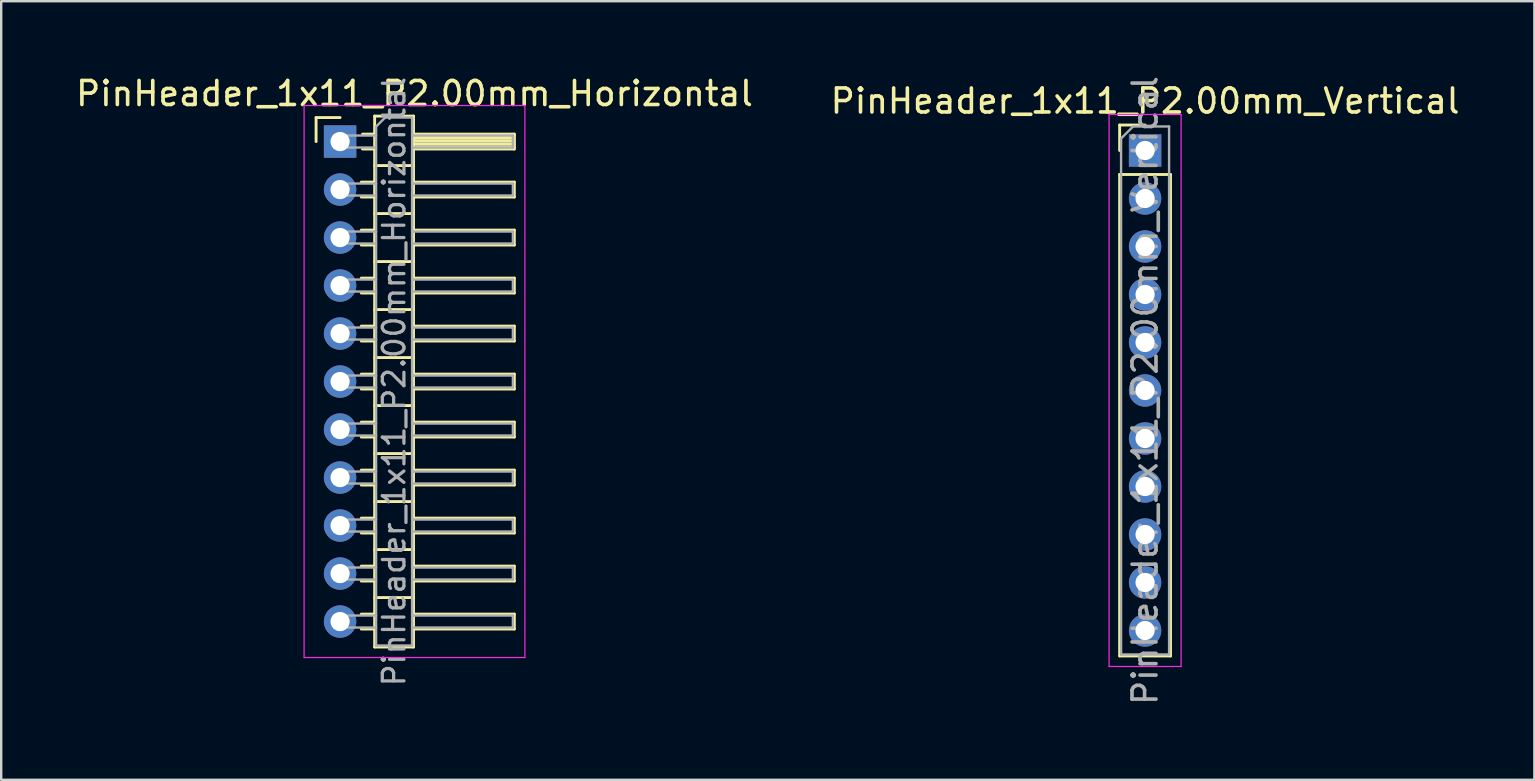
<source format=kicad_pcb>
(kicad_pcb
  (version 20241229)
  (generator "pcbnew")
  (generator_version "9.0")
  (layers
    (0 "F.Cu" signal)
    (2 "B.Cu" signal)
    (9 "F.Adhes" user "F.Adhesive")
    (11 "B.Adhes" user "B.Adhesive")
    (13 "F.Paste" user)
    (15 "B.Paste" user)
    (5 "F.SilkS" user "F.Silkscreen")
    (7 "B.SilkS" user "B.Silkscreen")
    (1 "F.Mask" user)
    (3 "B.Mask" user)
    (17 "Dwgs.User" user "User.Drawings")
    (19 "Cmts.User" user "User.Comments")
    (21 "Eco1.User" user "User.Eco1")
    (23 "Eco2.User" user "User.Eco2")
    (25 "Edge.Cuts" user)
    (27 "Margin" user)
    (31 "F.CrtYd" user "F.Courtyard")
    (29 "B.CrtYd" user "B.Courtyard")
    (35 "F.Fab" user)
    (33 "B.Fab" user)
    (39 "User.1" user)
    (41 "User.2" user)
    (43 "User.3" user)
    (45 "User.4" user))
  (footprint "PinHeader_1x11_P2.00mm_Horizontal"
    (layer "F.Cu")
    (at 11.12 2.848)
    (property "Reference" "PinHeader_1x11_P2.00mm_Horizontal" (at 3.1 -2 0) (layer "F.SilkS") (effects (font (size 1 1) (thickness 0.15))))
    (attr through_hole)
    (fp_line (start -1 -1) (end 0 -1) (stroke (width 0.12) (type solid)) (layer "F.SilkS"))
    (fp_line (start -1 0) (end -1 -1) (stroke (width 0.12) (type solid)) (layer "F.SilkS"))
    (fp_line (start 0.882 1.69) (end 1.44 1.69) (stroke (width 0.12) (type solid)) (layer "F.SilkS"))
    (fp_line (start 0.882 2.31) (end 1.44 2.31) (stroke (width 0.12) (type solid)) (layer "F.SilkS"))
    (fp_line (start 0.882 3.69) (end 1.44 3.69) (stroke (width 0.12) (type solid)) (layer "F.SilkS"))
    (fp_line (start 0.882 4.31) (end 1.44 4.31) (stroke (width 0.12) (type solid)) (layer "F.SilkS"))
    (fp_line (start 0.882 5.69) (end 1.44 5.69) (stroke (width 0.12) (type solid)) (layer "F.SilkS"))
    (fp_line (start 0.882 6.31) (end 1.44 6.31) (stroke (width 0.12) (type solid)) (layer "F.SilkS"))
    (fp_line (start 0.882 7.69) (end 1.44 7.69) (stroke (width 0.12) (type solid)) (layer "F.SilkS"))
    (fp_line (start 0.882 8.31) (end 1.44 8.31) (stroke (width 0.12) (type solid)) (layer "F.SilkS"))
    (fp_line (start 0.882 9.69) (end 1.44 9.69) (stroke (width 0.12) (type solid)) (layer "F.SilkS"))
    (fp_line (start 0.882 10.31) (end 1.44 10.31) (stroke (width 0.12) (type solid)) (layer "F.SilkS"))
    (fp_line (start 0.882 11.69) (end 1.44 11.69) (stroke (width 0.12) (type solid)) (layer "F.SilkS"))
    (fp_line (start 0.882 12.31) (end 1.44 12.31) (stroke (width 0.12) (type solid)) (layer "F.SilkS"))
    (fp_line (start 0.882 13.69) (end 1.44 13.69) (stroke (width 0.12) (type solid)) (layer "F.SilkS"))
    (fp_line (start 0.882 14.31) (end 1.44 14.31) (stroke (width 0.12) (type solid)) (layer "F.SilkS"))
    (fp_line (start 0.882 15.69) (end 1.44 15.69) (stroke (width 0.12) (type solid)) (layer "F.SilkS"))
    (fp_line (start 0.882 16.31) (end 1.44 16.31) (stroke (width 0.12) (type solid)) (layer "F.SilkS"))
    (fp_line (start 0.882 17.69) (end 1.44 17.69) (stroke (width 0.12) (type solid)) (layer "F.SilkS"))
    (fp_line (start 0.882 18.31) (end 1.44 18.31) (stroke (width 0.12) (type solid)) (layer "F.SilkS"))
    (fp_line (start 0.882 19.69) (end 1.44 19.69) (stroke (width 0.12) (type solid)) (layer "F.SilkS"))
    (fp_line (start 0.882 20.31) (end 1.44 20.31) (stroke (width 0.12) (type solid)) (layer "F.SilkS"))
    (fp_line (start 0.935 -0.31) (end 1.44 -0.31) (stroke (width 0.12) (type solid)) (layer "F.SilkS"))
    (fp_line (start 0.935 0.31) (end 1.44 0.31) (stroke (width 0.12) (type solid)) (layer "F.SilkS"))
    (fp_line (start 1.44 -1.06) (end 1.44 21.06) (stroke (width 0.12) (type solid)) (layer "F.SilkS"))
    (fp_line (start 1.44 1) (end 3.06 1) (stroke (width 0.12) (type solid)) (layer "F.SilkS"))
    (fp_line (start 1.44 3) (end 3.06 3) (stroke (width 0.12) (type solid)) (layer "F.SilkS"))
    (fp_line (start 1.44 5) (end 3.06 5) (stroke (width 0.12) (type solid)) (layer "F.SilkS"))
    (fp_line (start 1.44 7) (end 3.06 7) (stroke (width 0.12) (type solid)) (layer "F.SilkS"))
    (fp_line (start 1.44 9) (end 3.06 9) (stroke (width 0.12) (type solid)) (layer "F.SilkS"))
    (fp_line (start 1.44 11) (end 3.06 11) (stroke (width 0.12) (type solid)) (layer "F.SilkS"))
    (fp_line (start 1.44 13) (end 3.06 13) (stroke (width 0.12) (type solid)) (layer "F.SilkS"))
    (fp_line (start 1.44 15) (end 3.06 15) (stroke (width 0.12) (type solid)) (layer "F.SilkS"))
    (fp_line (start 1.44 17) (end 3.06 17) (stroke (width 0.12) (type solid)) (layer "F.SilkS"))
    (fp_line (start 1.44 19) (end 3.06 19) (stroke (width 0.12) (type solid)) (layer "F.SilkS"))
    (fp_line (start 1.44 21.06) (end 3.06 21.06) (stroke (width 0.12) (type solid)) (layer "F.SilkS"))
    (fp_line (start 3.06 -1.06) (end 1.44 -1.06) (stroke (width 0.12) (type solid)) (layer "F.SilkS"))
    (fp_line (start 3.06 -0.31) (end 7.26 -0.31) (stroke (width 0.12) (type solid)) (layer "F.SilkS"))
    (fp_line (start 3.06 -0.25) (end 7.26 -0.25) (stroke (width 0.12) (type solid)) (layer "F.SilkS"))
    (fp_line (start 3.06 -0.13) (end 7.26 -0.13) (stroke (width 0.12) (type solid)) (layer "F.SilkS"))
    (fp_line (start 3.06 -0.01) (end 7.26 -0.01) (stroke (width 0.12) (type solid)) (layer "F.SilkS"))
    (fp_line (start 3.06 0.11) (end 7.26 0.11) (stroke (width 0.12) (type solid)) (layer "F.SilkS"))
    (fp_line (start 3.06 0.23) (end 7.26 0.23) (stroke (width 0.12) (type solid)) (layer "F.SilkS"))
    (fp_line (start 3.06 1.69) (end 7.26 1.69) (stroke (width 0.12) (type solid)) (layer "F.SilkS"))
    (fp_line (start 3.06 3.69) (end 7.26 3.69) (stroke (width 0.12) (type solid)) (layer "F.SilkS"))
    (fp_line (start 3.06 5.69) (end 7.26 5.69) (stroke (width 0.12) (type solid)) (layer "F.SilkS"))
    (fp_line (start 3.06 7.69) (end 7.26 7.69) (stroke (width 0.12) (type solid)) (layer "F.SilkS"))
    (fp_line (start 3.06 9.69) (end 7.26 9.69) (stroke (width 0.12) (type solid)) (layer "F.SilkS"))
    (fp_line (start 3.06 11.69) (end 7.26 11.69) (stroke (width 0.12) (type solid)) (layer "F.SilkS"))
    (fp_line (start 3.06 13.69) (end 7.26 13.69) (stroke (width 0.12) (type solid)) (layer "F.SilkS"))
    (fp_line (start 3.06 15.69) (end 7.26 15.69) (stroke (width 0.12) (type solid)) (layer "F.SilkS"))
    (fp_line (start 3.06 17.69) (end 7.26 17.69) (stroke (width 0.12) (type solid)) (layer "F.SilkS"))
    (fp_line (start 3.06 19.69) (end 7.26 19.69) (stroke (width 0.12) (type solid)) (layer "F.SilkS"))
    (fp_line (start 3.06 21.06) (end 3.06 -1.06) (stroke (width 0.12) (type solid)) (layer "F.SilkS"))
    (fp_line (start 7.26 -0.31) (end 7.26 0.31) (stroke (width 0.12) (type solid)) (layer "F.SilkS"))
    (fp_line (start 7.26 0.31) (end 3.06 0.31) (stroke (width 0.12) (type solid)) (layer "F.SilkS"))
    (fp_line (start 7.26 1.69) (end 7.26 2.31) (stroke (width 0.12) (type solid)) (layer "F.SilkS"))
    (fp_line (start 7.26 2.31) (end 3.06 2.31) (stroke (width 0.12) (type solid)) (layer "F.SilkS"))
    (fp_line (start 7.26 3.69) (end 7.26 4.31) (stroke (width 0.12) (type solid)) (layer "F.SilkS"))
    (fp_line (start 7.26 4.31) (end 3.06 4.31) (stroke (width 0.12) (type solid)) (layer "F.SilkS"))
    (fp_line (start 7.26 5.69) (end 7.26 6.31) (stroke (width 0.12) (type solid)) (layer "F.SilkS"))
    (fp_line (start 7.26 6.31) (end 3.06 6.31) (stroke (width 0.12) (type solid)) (layer "F.SilkS"))
    (fp_line (start 7.26 7.69) (end 7.26 8.31) (stroke (width 0.12) (type solid)) (layer "F.SilkS"))
    (fp_line (start 7.26 8.31) (end 3.06 8.31) (stroke (width 0.12) (type solid)) (layer "F.SilkS"))
    (fp_line (start 7.26 9.69) (end 7.26 10.31) (stroke (width 0.12) (type solid)) (layer "F.SilkS"))
    (fp_line (start 7.26 10.31) (end 3.06 10.31) (stroke (width 0.12) (type solid)) (layer "F.SilkS"))
    (fp_line (start 7.26 11.69) (end 7.26 12.31) (stroke (width 0.12) (type solid)) (layer "F.SilkS"))
    (fp_line (start 7.26 12.31) (end 3.06 12.31) (stroke (width 0.12) (type solid)) (layer "F.SilkS"))
    (fp_line (start 7.26 13.69) (end 7.26 14.31) (stroke (width 0.12) (type solid)) (layer "F.SilkS"))
    (fp_line (start 7.26 14.31) (end 3.06 14.31) (stroke (width 0.12) (type solid)) (layer "F.SilkS"))
    (fp_line (start 7.26 15.69) (end 7.26 16.31) (stroke (width 0.12) (type solid)) (layer "F.SilkS"))
    (fp_line (start 7.26 16.31) (end 3.06 16.31) (stroke (width 0.12) (type solid)) (layer "F.SilkS"))
    (fp_line (start 7.26 17.69) (end 7.26 18.31) (stroke (width 0.12) (type solid)) (layer "F.SilkS"))
    (fp_line (start 7.26 18.31) (end 3.06 18.31) (stroke (width 0.12) (type solid)) (layer "F.SilkS"))
    (fp_line (start 7.26 19.69) (end 7.26 20.31) (stroke (width 0.12) (type solid)) (layer "F.SilkS"))
    (fp_line (start 7.26 20.31) (end 3.06 20.31) (stroke (width 0.12) (type solid)) (layer "F.SilkS"))
    (fp_line (start -1.5 -1.5) (end -1.5 21.5) (stroke (width 0.05) (type solid)) (layer "F.CrtYd"))
    (fp_line (start -1.5 21.5) (end 7.7 21.5) (stroke (width 0.05) (type solid)) (layer "F.CrtYd"))
    (fp_line (start 7.7 -1.5) (end -1.5 -1.5) (stroke (width 0.05) (type solid)) (layer "F.CrtYd"))
    (fp_line (start 7.7 21.5) (end 7.7 -1.5) (stroke (width 0.05) (type solid)) (layer "F.CrtYd"))
    (fp_line (start -0.25 -0.25) (end -0.25 0.25) (stroke (width 0.1) (type solid)) (layer "F.Fab"))
    (fp_line (start -0.25 -0.25) (end 1.5 -0.25) (stroke (width 0.1) (type solid)) (layer "F.Fab"))
    (fp_line (start -0.25 0.25) (end 1.5 0.25) (stroke (width 0.1) (type solid)) (layer "F.Fab"))
    (fp_line (start -0.25 1.75) (end -0.25 2.25) (stroke (width 0.1) (type solid)) (layer "F.Fab"))
    (fp_line (start -0.25 1.75) (end 1.5 1.75) (stroke (width 0.1) (type solid)) (layer "F.Fab"))
    (fp_line (start -0.25 2.25) (end 1.5 2.25) (stroke (width 0.1) (type solid)) (layer "F.Fab"))
    (fp_line (start -0.25 3.75) (end -0.25 4.25) (stroke (width 0.1) (type solid)) (layer "F.Fab"))
    (fp_line (start -0.25 3.75) (end 1.5 3.75) (stroke (width 0.1) (type solid)) (layer "F.Fab"))
    (fp_line (start -0.25 4.25) (end 1.5 4.25) (stroke (width 0.1) (type solid)) (layer "F.Fab"))
    (fp_line (start -0.25 5.75) (end -0.25 6.25) (stroke (width 0.1) (type solid)) (layer "F.Fab"))
    (fp_line (start -0.25 5.75) (end 1.5 5.75) (stroke (width 0.1) (type solid)) (layer "F.Fab"))
    (fp_line (start -0.25 6.25) (end 1.5 6.25) (stroke (width 0.1) (type solid)) (layer "F.Fab"))
    (fp_line (start -0.25 7.75) (end -0.25 8.25) (stroke (width 0.1) (type solid)) (layer "F.Fab"))
    (fp_line (start -0.25 7.75) (end 1.5 7.75) (stroke (width 0.1) (type solid)) (layer "F.Fab"))
    (fp_line (start -0.25 8.25) (end 1.5 8.25) (stroke (width 0.1) (type solid)) (layer "F.Fab"))
    (fp_line (start -0.25 9.75) (end -0.25 10.25) (stroke (width 0.1) (type solid)) (layer "F.Fab"))
    (fp_line (start -0.25 9.75) (end 1.5 9.75) (stroke (width 0.1) (type solid)) (layer "F.Fab"))
    (fp_line (start -0.25 10.25) (end 1.5 10.25) (stroke (width 0.1) (type solid)) (layer "F.Fab"))
    (fp_line (start -0.25 11.75) (end -0.25 12.25) (stroke (width 0.1) (type solid)) (layer "F.Fab"))
    (fp_line (start -0.25 11.75) (end 1.5 11.75) (stroke (width 0.1) (type solid)) (layer "F.Fab"))
    (fp_line (start -0.25 12.25) (end 1.5 12.25) (stroke (width 0.1) (type solid)) (layer "F.Fab"))
    (fp_line (start -0.25 13.75) (end -0.25 14.25) (stroke (width 0.1) (type solid)) (layer "F.Fab"))
    (fp_line (start -0.25 13.75) (end 1.5 13.75) (stroke (width 0.1) (type solid)) (layer "F.Fab"))
    (fp_line (start -0.25 14.25) (end 1.5 14.25) (stroke (width 0.1) (type solid)) (layer "F.Fab"))
    (fp_line (start -0.25 15.75) (end -0.25 16.25) (stroke (width 0.1) (type solid)) (layer "F.Fab"))
    (fp_line (start -0.25 15.75) (end 1.5 15.75) (stroke (width 0.1) (type solid)) (layer "F.Fab"))
    (fp_line (start -0.25 16.25) (end 1.5 16.25) (stroke (width 0.1) (type solid)) (layer "F.Fab"))
    (fp_line (start -0.25 17.75) (end -0.25 18.25) (stroke (width 0.1) (type solid)) (layer "F.Fab"))
    (fp_line (start -0.25 17.75) (end 1.5 17.75) (stroke (width 0.1) (type solid)) (layer "F.Fab"))
    (fp_line (start -0.25 18.25) (end 1.5 18.25) (stroke (width 0.1) (type solid)) (layer "F.Fab"))
    (fp_line (start -0.25 19.75) (end -0.25 20.25) (stroke (width 0.1) (type solid)) (layer "F.Fab"))
    (fp_line (start -0.25 19.75) (end 1.5 19.75) (stroke (width 0.1) (type solid)) (layer "F.Fab"))
    (fp_line (start -0.25 20.25) (end 1.5 20.25) (stroke (width 0.1) (type solid)) (layer "F.Fab"))
    (fp_line (start 1.5 -0.625) (end 1.875 -1) (stroke (width 0.1) (type solid)) (layer "F.Fab"))
    (fp_line (start 1.5 21) (end 1.5 -0.625) (stroke (width 0.1) (type solid)) (layer "F.Fab"))
    (fp_line (start 1.875 -1) (end 3 -1) (stroke (width 0.1) (type solid)) (layer "F.Fab"))
    (fp_line (start 3 -1) (end 3 21) (stroke (width 0.1) (type solid)) (layer "F.Fab"))
    (fp_line (start 3 -0.25) (end 7.2 -0.25) (stroke (width 0.1) (type solid)) (layer "F.Fab"))
    (fp_line (start 3 0.25) (end 7.2 0.25) (stroke (width 0.1) (type solid)) (layer "F.Fab"))
    (fp_line (start 3 1.75) (end 7.2 1.75) (stroke (width 0.1) (type solid)) (layer "F.Fab"))
    (fp_line (start 3 2.25) (end 7.2 2.25) (stroke (width 0.1) (type solid)) (layer "F.Fab"))
    (fp_line (start 3 3.75) (end 7.2 3.75) (stroke (width 0.1) (type solid)) (layer "F.Fab"))
    (fp_line (start 3 4.25) (end 7.2 4.25) (stroke (width 0.1) (type solid)) (layer "F.Fab"))
    (fp_line (start 3 5.75) (end 7.2 5.75) (stroke (width 0.1) (type solid)) (layer "F.Fab"))
    (fp_line (start 3 6.25) (end 7.2 6.25) (stroke (width 0.1) (type solid)) (layer "F.Fab"))
    (fp_line (start 3 7.75) (end 7.2 7.75) (stroke (width 0.1) (type solid)) (layer "F.Fab"))
    (fp_line (start 3 8.25) (end 7.2 8.25) (stroke (width 0.1) (type solid)) (layer "F.Fab"))
    (fp_line (start 3 9.75) (end 7.2 9.75) (stroke (width 0.1) (type solid)) (layer "F.Fab"))
    (fp_line (start 3 10.25) (end 7.2 10.25) (stroke (width 0.1) (type solid)) (layer "F.Fab"))
    (fp_line (start 3 11.75) (end 7.2 11.75) (stroke (width 0.1) (type solid)) (layer "F.Fab"))
    (fp_line (start 3 12.25) (end 7.2 12.25) (stroke (width 0.1) (type solid)) (layer "F.Fab"))
    (fp_line (start 3 13.75) (end 7.2 13.75) (stroke (width 0.1) (type solid)) (layer "F.Fab"))
    (fp_line (start 3 14.25) (end 7.2 14.25) (stroke (width 0.1) (type solid)) (layer "F.Fab"))
    (fp_line (start 3 15.75) (end 7.2 15.75) (stroke (width 0.1) (type solid)) (layer "F.Fab"))
    (fp_line (start 3 16.25) (end 7.2 16.25) (stroke (width 0.1) (type solid)) (layer "F.Fab"))
    (fp_line (start 3 17.75) (end 7.2 17.75) (stroke (width 0.1) (type solid)) (layer "F.Fab"))
    (fp_line (start 3 18.25) (end 7.2 18.25) (stroke (width 0.1) (type solid)) (layer "F.Fab"))
    (fp_line (start 3 19.75) (end 7.2 19.75) (stroke (width 0.1) (type solid)) (layer "F.Fab"))
    (fp_line (start 3 20.25) (end 7.2 20.25) (stroke (width 0.1) (type solid)) (layer "F.Fab"))
    (fp_line (start 3 21) (end 1.5 21) (stroke (width 0.1) (type solid)) (layer "F.Fab"))
    (fp_line (start 7.2 -0.25) (end 7.2 0.25) (stroke (width 0.1) (type solid)) (layer "F.Fab"))
    (fp_line (start 7.2 1.75) (end 7.2 2.25) (stroke (width 0.1) (type solid)) (layer "F.Fab"))
    (fp_line (start 7.2 3.75) (end 7.2 4.25) (stroke (width 0.1) (type solid)) (layer "F.Fab"))
    (fp_line (start 7.2 5.75) (end 7.2 6.25) (stroke (width 0.1) (type solid)) (layer "F.Fab"))
    (fp_line (start 7.2 7.75) (end 7.2 8.25) (stroke (width 0.1) (type solid)) (layer "F.Fab"))
    (fp_line (start 7.2 9.75) (end 7.2 10.25) (stroke (width 0.1) (type solid)) (layer "F.Fab"))
    (fp_line (start 7.2 11.75) (end 7.2 12.25) (stroke (width 0.1) (type solid)) (layer "F.Fab"))
    (fp_line (start 7.2 13.75) (end 7.2 14.25) (stroke (width 0.1) (type solid)) (layer "F.Fab"))
    (fp_line (start 7.2 15.75) (end 7.2 16.25) (stroke (width 0.1) (type solid)) (layer "F.Fab"))
    (fp_line (start 7.2 17.75) (end 7.2 18.25) (stroke (width 0.1) (type solid)) (layer "F.Fab"))
    (fp_line (start 7.2 19.75) (end 7.2 20.25) (stroke (width 0.1) (type solid)) (layer "F.Fab"))
    (fp_text user "${REFERENCE}" (at 2.25 10 90) (layer "F.Fab") (effects (font (size 0.9 0.9) (thickness 0.135))))
    (pad "1" thru_hole rect (at 0 0) (size 1.35 1.35) (drill 0.8) (layers "*.Cu" "*.Mask"))
    (pad "2" thru_hole oval (at 0 2) (size 1.35 1.35) (drill 0.8) (layers "*.Cu" "*.Mask"))
    (pad "3" thru_hole oval (at 0 4) (size 1.35 1.35) (drill 0.8) (layers "*.Cu" "*.Mask"))
    (pad "4" thru_hole oval (at 0 6) (size 1.35 1.35) (drill 0.8) (layers "*.Cu" "*.Mask"))
    (pad "5" thru_hole oval (at 0 8) (size 1.35 1.35) (drill 0.8) (layers "*.Cu" "*.Mask"))
    (pad "6" thru_hole oval (at 0 10) (size 1.35 1.35) (drill 0.8) (layers "*.Cu" "*.Mask"))
    (pad "7" thru_hole oval (at 0 12) (size 1.35 1.35) (drill 0.8) (layers "*.Cu" "*.Mask"))
    (pad "8" thru_hole oval (at 0 14) (size 1.35 1.35) (drill 0.8) (layers "*.Cu" "*.Mask"))
    (pad "9" thru_hole oval (at 0 16) (size 1.35 1.35) (drill 0.8) (layers "*.Cu" "*.Mask"))
    (pad "10" thru_hole oval (at 0 18) (size 1.35 1.35) (drill 0.8) (layers "*.Cu" "*.Mask"))
    (pad "11" thru_hole oval (at 0 20) (size 1.35 1.35) (drill 0.8) (layers "*.Cu" "*.Mask")))
  (footprint "PinHeader_1x11_P2.00mm_Vertical"
    (layer "F.Cu")
    (at 44.661 3.22)
    (property "Reference" "PinHeader_1x11_P2.00mm_Vertical" (at 0 -2.06 0) (layer "F.SilkS") (effects (font (size 1 1) (thickness 0.15))))
    (attr through_hole)
    (fp_line (start -1.06 -1.06) (end 0 -1.06) (stroke (width 0.12) (type solid)) (layer "F.SilkS"))
    (fp_line (start -1.06 0) (end -1.06 -1.06) (stroke (width 0.12) (type solid)) (layer "F.SilkS"))
    (fp_line (start -1.06 1) (end -1.06 21.06) (stroke (width 0.12) (type solid)) (layer "F.SilkS"))
    (fp_line (start -1.06 1) (end 1.06 1) (stroke (width 0.12) (type solid)) (layer "F.SilkS"))
    (fp_line (start -1.06 21.06) (end 1.06 21.06) (stroke (width 0.12) (type solid)) (layer "F.SilkS"))
    (fp_line (start 1.06 1) (end 1.06 21.06) (stroke (width 0.12) (type solid)) (layer "F.SilkS"))
    (fp_line (start -1.5 -1.5) (end -1.5 21.5) (stroke (width 0.05) (type solid)) (layer "F.CrtYd"))
    (fp_line (start -1.5 21.5) (end 1.5 21.5) (stroke (width 0.05) (type solid)) (layer "F.CrtYd"))
    (fp_line (start 1.5 -1.5) (end -1.5 -1.5) (stroke (width 0.05) (type solid)) (layer "F.CrtYd"))
    (fp_line (start 1.5 21.5) (end 1.5 -1.5) (stroke (width 0.05) (type solid)) (layer "F.CrtYd"))
    (fp_line (start -1 -0.5) (end -0.5 -1) (stroke (width 0.1) (type solid)) (layer "F.Fab"))
    (fp_line (start -1 21) (end -1 -0.5) (stroke (width 0.1) (type solid)) (layer "F.Fab"))
    (fp_line (start -0.5 -1) (end 1 -1) (stroke (width 0.1) (type solid)) (layer "F.Fab"))
    (fp_line (start 1 -1) (end 1 21) (stroke (width 0.1) (type solid)) (layer "F.Fab"))
    (fp_line (start 1 21) (end -1 21) (stroke (width 0.1) (type solid)) (layer "F.Fab"))
    (fp_text user "${REFERENCE}" (at 0 10 90) (layer "F.Fab") (effects (font (size 1 1) (thickness 0.15))))
    (pad "1" thru_hole rect (at 0 0) (size 1.35 1.35) (drill 0.8) (layers "*.Cu" "*.Mask"))
    (pad "2" thru_hole oval (at 0 2) (size 1.35 1.35) (drill 0.8) (layers "*.Cu" "*.Mask"))
    (pad "3" thru_hole oval (at 0 4) (size 1.35 1.35) (drill 0.8) (layers "*.Cu" "*.Mask"))
    (pad "4" thru_hole oval (at 0 6) (size 1.35 1.35) (drill 0.8) (layers "*.Cu" "*.Mask"))
    (pad "5" thru_hole oval (at 0 8) (size 1.35 1.35) (drill 0.8) (layers "*.Cu" "*.Mask"))
    (pad "6" thru_hole oval (at 0 10) (size 1.35 1.35) (drill 0.8) (layers "*.Cu" "*.Mask"))
    (pad "7" thru_hole oval (at 0 12) (size 1.35 1.35) (drill 0.8) (layers "*.Cu" "*.Mask"))
    (pad "8" thru_hole oval (at 0 14) (size 1.35 1.35) (drill 0.8) (layers "*.Cu" "*.Mask"))
    (pad "9" thru_hole oval (at 0 16) (size 1.35 1.35) (drill 0.8) (layers "*.Cu" "*.Mask"))
    (pad "10" thru_hole oval (at 0 18) (size 1.35 1.35) (drill 0.8) (layers "*.Cu" "*.Mask"))
    (pad "11" thru_hole oval (at 0 20) (size 1.35 1.35) (drill 0.8) (layers "*.Cu" "*.Mask")))
  (gr_rect
    (start -3 -3)
    (end 60.881 29.44)
    (stroke (width 0.1) (type default))
    (fill no)
    (layer "Edge.Cuts")))
</source>
